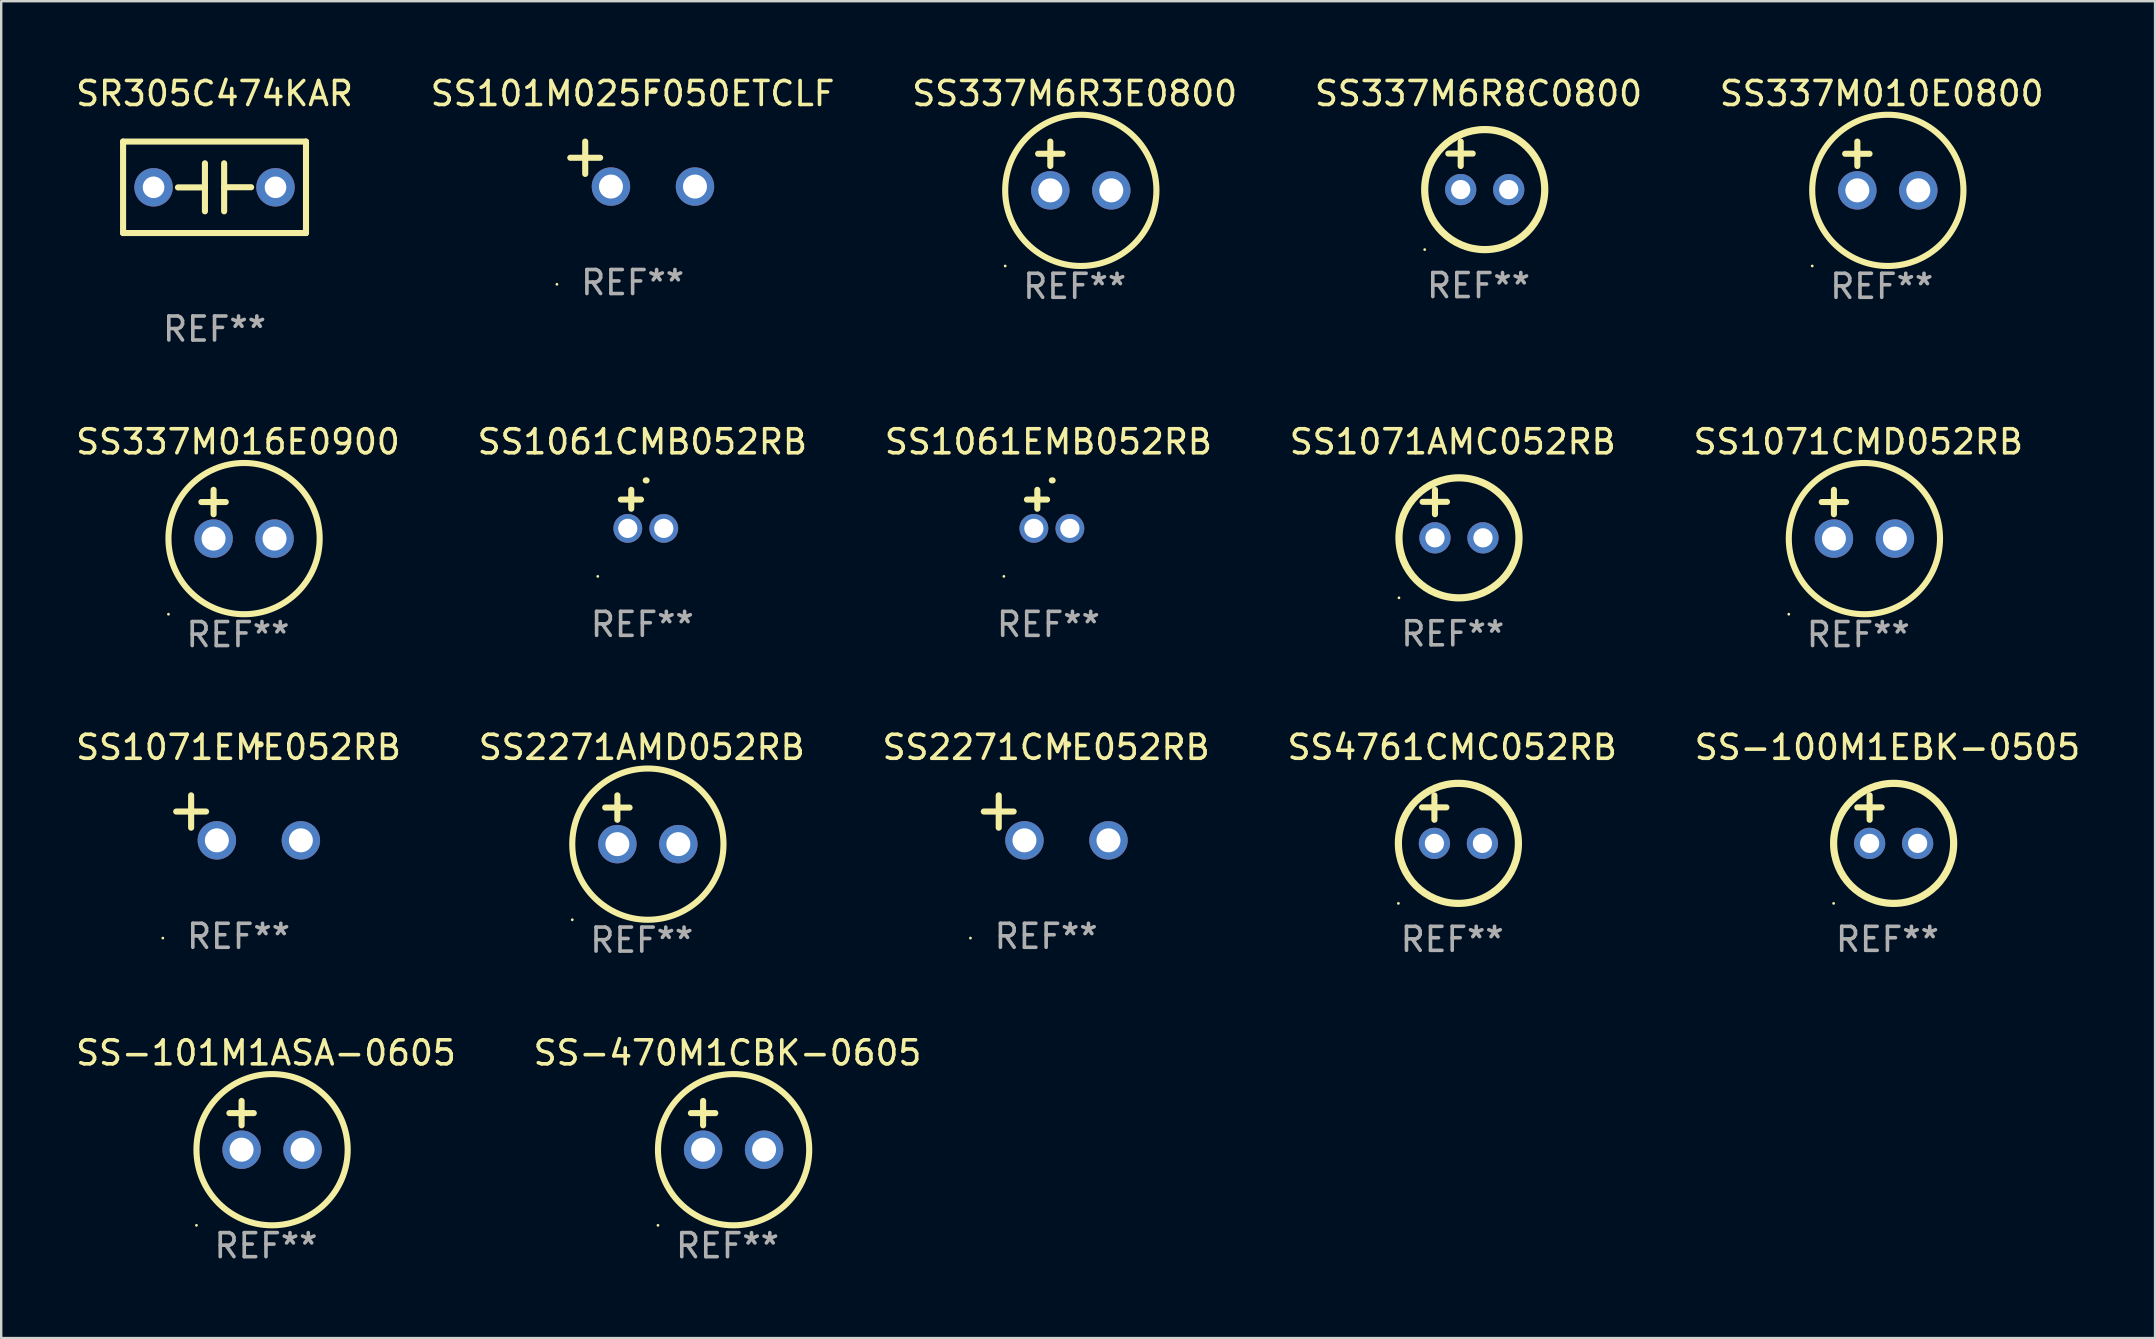
<source format=kicad_pcb>
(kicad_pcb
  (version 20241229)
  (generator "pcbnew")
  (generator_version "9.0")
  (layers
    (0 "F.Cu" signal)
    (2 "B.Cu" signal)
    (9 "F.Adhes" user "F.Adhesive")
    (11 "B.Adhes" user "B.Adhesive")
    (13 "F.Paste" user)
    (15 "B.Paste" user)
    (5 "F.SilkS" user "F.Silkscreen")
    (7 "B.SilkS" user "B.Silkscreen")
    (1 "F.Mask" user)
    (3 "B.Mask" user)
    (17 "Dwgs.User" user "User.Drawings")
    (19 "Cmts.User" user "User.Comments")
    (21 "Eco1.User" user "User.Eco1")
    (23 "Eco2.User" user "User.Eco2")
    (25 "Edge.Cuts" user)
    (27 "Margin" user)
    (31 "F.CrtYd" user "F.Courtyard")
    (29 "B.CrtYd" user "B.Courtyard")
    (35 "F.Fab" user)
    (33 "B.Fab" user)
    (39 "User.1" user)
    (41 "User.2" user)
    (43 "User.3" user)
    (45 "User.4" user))
  (footprint "SR305C474KAR"
    (layer "F.Cu")
    (at 5.887 4.753)
    (property "Reference" "SR305C474KAR" (at 0 -3.905 0) (layer "F.SilkS") (effects (font (size 1 1) (thickness 0.15))))
    (attr through_hole)
    (fp_line (start -3.81 -1.905) (end 3.81 -1.905) (stroke (width 0.254) (type solid)) (layer "F.SilkS"))
    (fp_line (start -3.81 1.905) (end -3.81 -1.905) (stroke (width 0.254) (type solid)) (layer "F.SilkS"))
    (fp_line (start -0.4 -1) (end -0.4 1) (stroke (width 0.254) (type solid)) (layer "F.SilkS"))
    (fp_line (start -0.4 0.004) (end -1.524 0.004) (stroke (width 0.254) (type solid)) (layer "F.SilkS"))
    (fp_line (start 0.4 -0.004) (end 1.524 -0.004) (stroke (width 0.254) (type solid)) (layer "F.SilkS"))
    (fp_line (start 0.4 1) (end 0.4 -1) (stroke (width 0.254) (type solid)) (layer "F.SilkS"))
    (fp_line (start 3.81 -1.905) (end 3.81 1.905) (stroke (width 0.254) (type solid)) (layer "F.SilkS"))
    (fp_line (start 3.81 1.905) (end -3.81 1.905) (stroke (width 0.254) (type solid)) (layer "F.SilkS"))
    (fp_circle (center -3.8 1.9) (end -3.77 1.9) (stroke (width 0.06) (type solid)) (fill no) (layer "F.SilkS"))
    (fp_text user "REF**" (at 0 5.905 0) (layer "F.Fab") (effects (font (size 1 1) (thickness 0.15))))
    (pad "1" thru_hole circle (at -2.54 0) (size 1.6 1.6) (drill 0.9) (layers "*.Cu" "*.Mask"))
    (pad "2" thru_hole circle (at 2.54 0) (size 1.6 1.6) (drill 0.9) (layers "*.Cu" "*.Mask")))
  (footprint "SS337M010E0800"
    (layer "F.Cu")
    (at 75.339 3.864)
    (property "Reference" "SS337M010E0800" (at 0 -3.016 0) (layer "F.SilkS") (effects (font (size 1 1) (thickness 0.15))))
    (attr through_hole)
    (fp_line (start -1.524 -0.508) (end -0.508 -0.508) (stroke (width 0.254) (type solid)) (layer "F.SilkS"))
    (fp_line (start -1.016 -1.016) (end -1.016 0) (stroke (width 0.254) (type solid)) (layer "F.SilkS"))
    (fp_circle (center -2.896 4.166) (end -2.866 4.166) (stroke (width 0.06) (type solid)) (fill no) (layer "F.SilkS"))
    (fp_circle (center 0.254 1.016) (end 3.404 1.016) (stroke (width 0.254) (type solid)) (fill no) (layer "F.SilkS"))
    (fp_text user "REF**" (at 0 5.016 0) (layer "F.Fab") (effects (font (size 1 1) (thickness 0.15))))
    (pad "1" thru_hole circle (at -1.016 1.016) (size 1.6 1.6) (drill 1) (layers "*.Cu" "*.Mask"))
    (pad "2" thru_hole circle (at 1.524 1.016) (size 1.6 1.6) (drill 1) (layers "*.Cu" "*.Mask")))
  (footprint "SS1061CMB052RB"
    (layer "F.Cu")
    (at 23.708 18.158)
    (property "Reference" "SS1061CMB052RB" (at 0 -2.803 0) (layer "F.SilkS") (effects (font (size 1 1) (thickness 0.15))))
    (attr through_hole)
    (fp_line (start -0.462 -0.016) (end -0.462 -0.803) (stroke (width 0.254) (type solid)) (layer "F.SilkS"))
    (fp_line (start -0.056 -0.397) (end -0.894 -0.397) (stroke (width 0.254) (type solid)) (layer "F.SilkS"))
    (fp_arc (start 0.142799 -1.195784) (mid 0.159309 -1.195852) (end 0.175819 -1.195784) (stroke (width 0.254001) (type solid)) (layer "F.SilkS"))
    (fp_circle (center -1.856 2.803) (end -1.826 2.803) (stroke (width 0.06) (type solid)) (fill no) (layer "F.SilkS"))
    (fp_text user "REF**" (at 0 4.803 0) (layer "F.Fab") (effects (font (size 1 1) (thickness 0.15))))
    (pad "1" thru_hole circle (at -0.606 0.803) (size 1.2 1.2) (drill 0.8) (layers "*.Cu" "*.Mask"))
    (pad "2" thru_hole circle (at 0.894 0.803) (size 1.2 1.2) (drill 0.8) (layers "*.Cu" "*.Mask")))
  (footprint "SS2271AMD052RB"
    (layer "F.Cu")
    (at 23.685 31.099)
    (property "Reference" "SS2271AMD052RB" (at 0 -3.016 0) (layer "F.SilkS") (effects (font (size 1 1) (thickness 0.15))))
    (attr through_hole)
    (fp_line (start -1.524 -0.508) (end -0.508 -0.508) (stroke (width 0.254) (type solid)) (layer "F.SilkS"))
    (fp_line (start -1.016 -1.016) (end -1.016 0) (stroke (width 0.254) (type solid)) (layer "F.SilkS"))
    (fp_circle (center -2.896 4.166) (end -2.866 4.166) (stroke (width 0.06) (type solid)) (fill no) (layer "F.SilkS"))
    (fp_circle (center 0.254 1.016) (end 3.404 1.016) (stroke (width 0.254) (type solid)) (fill no) (layer "F.SilkS"))
    (fp_text user "REF**" (at 0 5.016 0) (layer "F.Fab") (effects (font (size 1 1) (thickness 0.15))))
    (pad "1" thru_hole circle (at -1.016 1.016) (size 1.6 1.6) (drill 1) (layers "*.Cu" "*.Mask"))
    (pad "2" thru_hole circle (at 1.524 1.016) (size 1.6 1.6) (drill 1) (layers "*.Cu" "*.Mask")))
  (footprint "SS1071EME052RB"
    (layer "F.Cu")
    (at 6.887 31.02)
    (property "Reference" "SS1071EME052RB" (at 0 -2.937 0) (layer "F.SilkS") (effects (font (size 1 1) (thickness 0.15))))
    (attr through_hole)
    (fp_line (start -1.975 0.41) (end -1.975 -0.937) (stroke (width 0.254) (type solid)) (layer "F.SilkS"))
    (fp_line (start -1.353 -0.263) (end -2.597 -0.263) (stroke (width 0.254) (type solid)) (layer "F.SilkS"))
    (fp_arc (start 0.849809 -3.063957) (mid 0.885369 -3.064114) (end 0.920929 -3.063957) (stroke (width 0.254001) (type solid)) (layer "F.SilkS"))
    (fp_circle (center -3.154 5.008) (end -3.124 5.008) (stroke (width 0.06) (type solid)) (fill no) (layer "F.SilkS"))
    (fp_text user "REF**" (at 0 4.937 0) (layer "F.Fab") (effects (font (size 1 1) (thickness 0.15))))
    (pad "1" thru_hole circle (at -0.903 0.937) (size 1.6 1.6) (drill 1) (layers "*.Cu" "*.Mask"))
    (pad "2" thru_hole circle (at 2.597 0.937) (size 1.6 1.6) (drill 1) (layers "*.Cu" "*.Mask")))
  (footprint "SS-470M1CBK-0605"
    (layer "F.Cu")
    (at 27.256 43.828)
    (property "Reference" "SS-470M1CBK-0605" (at 0 -3.016 0) (layer "F.SilkS") (effects (font (size 1 1) (thickness 0.15))))
    (attr through_hole)
    (fp_line (start -1.524 -0.508) (end -0.508 -0.508) (stroke (width 0.254) (type solid)) (layer "F.SilkS"))
    (fp_line (start -1.016 -1.016) (end -1.016 0) (stroke (width 0.254) (type solid)) (layer "F.SilkS"))
    (fp_circle (center -2.896 4.166) (end -2.866 4.166) (stroke (width 0.06) (type solid)) (fill no) (layer "F.SilkS"))
    (fp_circle (center 0.254 1.016) (end 3.404 1.016) (stroke (width 0.254) (type solid)) (fill no) (layer "F.SilkS"))
    (fp_text user "REF**" (at 0 5.016 0) (layer "F.Fab") (effects (font (size 1 1) (thickness 0.15))))
    (pad "1" thru_hole circle (at -1.016 1.016) (size 1.6 1.6) (drill 1) (layers "*.Cu" "*.Mask"))
    (pad "2" thru_hole circle (at 1.524 1.016) (size 1.6 1.6) (drill 1) (layers "*.Cu" "*.Mask")))
  (footprint "SS1061EMB052RB"
    (layer "F.Cu")
    (at 40.625 18.158)
    (property "Reference" "SS1061EMB052RB" (at 0 -2.803 0) (layer "F.SilkS") (effects (font (size 1 1) (thickness 0.15))))
    (attr through_hole)
    (fp_line (start -0.462 -0.016) (end -0.462 -0.803) (stroke (width 0.254) (type solid)) (layer "F.SilkS"))
    (fp_line (start -0.056 -0.397) (end -0.894 -0.397) (stroke (width 0.254) (type solid)) (layer "F.SilkS"))
    (fp_arc (start 0.142799 -1.195784) (mid 0.159309 -1.195852) (end 0.175819 -1.195784) (stroke (width 0.254001) (type solid)) (layer "F.SilkS"))
    (fp_circle (center -1.856 2.803) (end -1.826 2.803) (stroke (width 0.06) (type solid)) (fill no) (layer "F.SilkS"))
    (fp_text user "REF**" (at 0 4.803 0) (layer "F.Fab") (effects (font (size 1 1) (thickness 0.15))))
    (pad "1" thru_hole circle (at -0.606 0.803) (size 1.2 1.2) (drill 0.8) (layers "*.Cu" "*.Mask"))
    (pad "2" thru_hole circle (at 0.894 0.803) (size 1.2 1.2) (drill 0.8) (layers "*.Cu" "*.Mask")))
  (footprint "SS1071AMC052RB"
    (layer "F.Cu")
    (at 57.47 18.355)
    (property "Reference" "SS1071AMC052RB" (at 0 -3 0) (layer "F.SilkS") (effects (font (size 1 1) (thickness 0.15))))
    (attr through_hole)
    (fp_line (start -1.258 -0.5) (end -0.242 -0.5) (stroke (width 0.254) (type solid)) (layer "F.SilkS"))
    (fp_line (start -0.742 -1) (end -0.742 0.016) (stroke (width 0.254) (type solid)) (layer "F.SilkS"))
    (fp_circle (center -2.242 3.5) (end -2.212 3.5) (stroke (width 0.06) (type solid)) (fill no) (layer "F.SilkS"))
    (fp_circle (center 0.258 1) (end 2.758 1) (stroke (width 0.3) (type solid)) (fill no) (layer "F.SilkS"))
    (fp_text user "REF**" (at 0 5 0) (layer "F.Fab") (effects (font (size 1 1) (thickness 0.15))))
    (pad "1" thru_hole circle (at -0.742 1) (size 1.3 1.3) (drill 0.8) (layers "*.Cu" "*.Mask"))
    (pad "2" thru_hole circle (at 1.258 1) (size 1.3 1.3) (drill 0.8) (layers "*.Cu" "*.Mask")))
  (footprint "SS337M6R8C0800"
    (layer "F.Cu")
    (at 58.542 3.848)
    (property "Reference" "SS337M6R8C0800" (at 0 -3 0) (layer "F.SilkS") (effects (font (size 1 1) (thickness 0.15))))
    (attr through_hole)
    (fp_line (start -1.258 -0.5) (end -0.242 -0.5) (stroke (width 0.254) (type solid)) (layer "F.SilkS"))
    (fp_line (start -0.742 -1) (end -0.742 0.016) (stroke (width 0.254) (type solid)) (layer "F.SilkS"))
    (fp_circle (center -2.242 3.5) (end -2.212 3.5) (stroke (width 0.06) (type solid)) (fill no) (layer "F.SilkS"))
    (fp_circle (center 0.258 1) (end 2.758 1) (stroke (width 0.3) (type solid)) (fill no) (layer "F.SilkS"))
    (fp_text user "REF**" (at 0 5 0) (layer "F.Fab") (effects (font (size 1 1) (thickness 0.15))))
    (pad "1" thru_hole circle (at -0.742 1) (size 1.3 1.3) (drill 0.8) (layers "*.Cu" "*.Mask"))
    (pad "2" thru_hole circle (at 1.258 1) (size 1.3 1.3) (drill 0.8) (layers "*.Cu" "*.Mask")))
  (footprint "SS337M6R3E0800"
    (layer "F.Cu")
    (at 41.72 3.864)
    (property "Reference" "SS337M6R3E0800" (at 0 -3.016 0) (layer "F.SilkS") (effects (font (size 1 1) (thickness 0.15))))
    (attr through_hole)
    (fp_line (start -1.524 -0.508) (end -0.508 -0.508) (stroke (width 0.254) (type solid)) (layer "F.SilkS"))
    (fp_line (start -1.016 -1.016) (end -1.016 0) (stroke (width 0.254) (type solid)) (layer "F.SilkS"))
    (fp_circle (center -2.896 4.166) (end -2.866 4.166) (stroke (width 0.06) (type solid)) (fill no) (layer "F.SilkS"))
    (fp_circle (center 0.254 1.016) (end 3.404 1.016) (stroke (width 0.254) (type solid)) (fill no) (layer "F.SilkS"))
    (fp_text user "REF**" (at 0 5.016 0) (layer "F.Fab") (effects (font (size 1 1) (thickness 0.15))))
    (pad "1" thru_hole circle (at -1.016 1.016) (size 1.6 1.6) (drill 1) (layers "*.Cu" "*.Mask"))
    (pad "2" thru_hole circle (at 1.524 1.016) (size 1.6 1.6) (drill 1) (layers "*.Cu" "*.Mask")))
  (footprint "SS1071CMD052RB"
    (layer "F.Cu")
    (at 74.363 18.371)
    (property "Reference" "SS1071CMD052RB" (at 0 -3.016 0) (layer "F.SilkS") (effects (font (size 1 1) (thickness 0.15))))
    (attr through_hole)
    (fp_line (start -1.524 -0.508) (end -0.508 -0.508) (stroke (width 0.254) (type solid)) (layer "F.SilkS"))
    (fp_line (start -1.016 -1.016) (end -1.016 0) (stroke (width 0.254) (type solid)) (layer "F.SilkS"))
    (fp_circle (center -2.896 4.166) (end -2.866 4.166) (stroke (width 0.06) (type solid)) (fill no) (layer "F.SilkS"))
    (fp_circle (center 0.254 1.016) (end 3.404 1.016) (stroke (width 0.254) (type solid)) (fill no) (layer "F.SilkS"))
    (fp_text user "REF**" (at 0 5.016 0) (layer "F.Fab") (effects (font (size 1 1) (thickness 0.15))))
    (pad "1" thru_hole circle (at -1.016 1.016) (size 1.6 1.6) (drill 1) (layers "*.Cu" "*.Mask"))
    (pad "2" thru_hole circle (at 1.524 1.016) (size 1.6 1.6) (drill 1) (layers "*.Cu" "*.Mask")))
  (footprint "SS-100M1EBK-0505"
    (layer "F.Cu")
    (at 75.577 31.083)
    (property "Reference" "SS-100M1EBK-0505" (at 0 -3 0) (layer "F.SilkS") (effects (font (size 1 1) (thickness 0.15))))
    (attr through_hole)
    (fp_line (start -1.258 -0.5) (end -0.242 -0.5) (stroke (width 0.254) (type solid)) (layer "F.SilkS"))
    (fp_line (start -0.742 -1) (end -0.742 0.016) (stroke (width 0.254) (type solid)) (layer "F.SilkS"))
    (fp_circle (center -2.242 3.5) (end -2.212 3.5) (stroke (width 0.06) (type solid)) (fill no) (layer "F.SilkS"))
    (fp_circle (center 0.258 1) (end 2.758 1) (stroke (width 0.3) (type solid)) (fill no) (layer "F.SilkS"))
    (fp_text user "REF**" (at 0 5 0) (layer "F.Fab") (effects (font (size 1 1) (thickness 0.15))))
    (pad "1" thru_hole circle (at -0.742 1) (size 1.3 1.3) (drill 0.8) (layers "*.Cu" "*.Mask"))
    (pad "2" thru_hole circle (at 1.258 1) (size 1.3 1.3) (drill 0.8) (layers "*.Cu" "*.Mask")))
  (footprint "SS2271CME052RB"
    (layer "F.Cu")
    (at 40.53 31.02)
    (property "Reference" "SS2271CME052RB" (at 0 -2.937 0) (layer "F.SilkS") (effects (font (size 1 1) (thickness 0.15))))
    (attr through_hole)
    (fp_line (start -1.975 0.41) (end -1.975 -0.937) (stroke (width 0.254) (type solid)) (layer "F.SilkS"))
    (fp_line (start -1.353 -0.263) (end -2.597 -0.263) (stroke (width 0.254) (type solid)) (layer "F.SilkS"))
    (fp_arc (start 0.849809 -3.063957) (mid 0.885369 -3.064114) (end 0.920929 -3.063957) (stroke (width 0.254001) (type solid)) (layer "F.SilkS"))
    (fp_circle (center -3.154 5.008) (end -3.124 5.008) (stroke (width 0.06) (type solid)) (fill no) (layer "F.SilkS"))
    (fp_text user "REF**" (at 0 4.937 0) (layer "F.Fab") (effects (font (size 1 1) (thickness 0.15))))
    (pad "1" thru_hole circle (at -0.903 0.937) (size 1.6 1.6) (drill 1) (layers "*.Cu" "*.Mask"))
    (pad "2" thru_hole circle (at 2.597 0.937) (size 1.6 1.6) (drill 1) (layers "*.Cu" "*.Mask")))
  (footprint "SS101M025F050ETCLF"
    (layer "F.Cu")
    (at 23.304 3.785)
    (property "Reference" "SS101M025F050ETCLF" (at 0 -2.937 0) (layer "F.SilkS") (effects (font (size 1 1) (thickness 0.15))))
    (attr through_hole)
    (fp_line (start -1.975 0.41) (end -1.975 -0.937) (stroke (width 0.254) (type solid)) (layer "F.SilkS"))
    (fp_line (start -1.353 -0.263) (end -2.597 -0.263) (stroke (width 0.254) (type solid)) (layer "F.SilkS"))
    (fp_arc (start 0.849809 -3.063957) (mid 0.885369 -3.064114) (end 0.920929 -3.063957) (stroke (width 0.254001) (type solid)) (layer "F.SilkS"))
    (fp_circle (center -3.154 5.008) (end -3.124 5.008) (stroke (width 0.06) (type solid)) (fill no) (layer "F.SilkS"))
    (fp_text user "REF**" (at 0 4.937 0) (layer "F.Fab") (effects (font (size 1 1) (thickness 0.15))))
    (pad "1" thru_hole circle (at -0.903 0.937) (size 1.6 1.6) (drill 1) (layers "*.Cu" "*.Mask"))
    (pad "2" thru_hole circle (at 2.597 0.937) (size 1.6 1.6) (drill 1) (layers "*.Cu" "*.Mask")))
  (footprint "SS4761CMC052RB"
    (layer "F.Cu")
    (at 57.446 31.083)
    (property "Reference" "SS4761CMC052RB" (at 0 -3 0) (layer "F.SilkS") (effects (font (size 1 1) (thickness 0.15))))
    (attr through_hole)
    (fp_line (start -1.258 -0.5) (end -0.242 -0.5) (stroke (width 0.254) (type solid)) (layer "F.SilkS"))
    (fp_line (start -0.742 -1) (end -0.742 0.016) (stroke (width 0.254) (type solid)) (layer "F.SilkS"))
    (fp_circle (center -2.242 3.5) (end -2.212 3.5) (stroke (width 0.06) (type solid)) (fill no) (layer "F.SilkS"))
    (fp_circle (center 0.258 1) (end 2.758 1) (stroke (width 0.3) (type solid)) (fill no) (layer "F.SilkS"))
    (fp_text user "REF**" (at 0 5 0) (layer "F.Fab") (effects (font (size 1 1) (thickness 0.15))))
    (pad "1" thru_hole circle (at -0.742 1) (size 1.3 1.3) (drill 0.8) (layers "*.Cu" "*.Mask"))
    (pad "2" thru_hole circle (at 1.258 1) (size 1.3 1.3) (drill 0.8) (layers "*.Cu" "*.Mask")))
  (footprint "SS-101M1ASA-0605"
    (layer "F.Cu")
    (at 8.03 43.828)
    (property "Reference" "SS-101M1ASA-0605" (at 0 -3.016 0) (layer "F.SilkS") (effects (font (size 1 1) (thickness 0.15))))
    (attr through_hole)
    (fp_line (start -1.524 -0.508) (end -0.508 -0.508) (stroke (width 0.254) (type solid)) (layer "F.SilkS"))
    (fp_line (start -1.016 -1.016) (end -1.016 0) (stroke (width 0.254) (type solid)) (layer "F.SilkS"))
    (fp_circle (center -2.896 4.166) (end -2.866 4.166) (stroke (width 0.06) (type solid)) (fill no) (layer "F.SilkS"))
    (fp_circle (center 0.254 1.016) (end 3.404 1.016) (stroke (width 0.254) (type solid)) (fill no) (layer "F.SilkS"))
    (fp_text user "REF**" (at 0 5.016 0) (layer "F.Fab") (effects (font (size 1 1) (thickness 0.15))))
    (pad "1" thru_hole circle (at -1.016 1.016) (size 1.6 1.6) (drill 1) (layers "*.Cu" "*.Mask"))
    (pad "2" thru_hole circle (at 1.524 1.016) (size 1.6 1.6) (drill 1) (layers "*.Cu" "*.Mask")))
  (footprint "SS337M016E0900"
    (layer "F.Cu")
    (at 6.863 18.371)
    (property "Reference" "SS337M016E0900" (at 0 -3.016 0) (layer "F.SilkS") (effects (font (size 1 1) (thickness 0.15))))
    (attr through_hole)
    (fp_line (start -1.524 -0.508) (end -0.508 -0.508) (stroke (width 0.254) (type solid)) (layer "F.SilkS"))
    (fp_line (start -1.016 -1.016) (end -1.016 0) (stroke (width 0.254) (type solid)) (layer "F.SilkS"))
    (fp_circle (center -2.896 4.166) (end -2.866 4.166) (stroke (width 0.06) (type solid)) (fill no) (layer "F.SilkS"))
    (fp_circle (center 0.254 1.016) (end 3.404 1.016) (stroke (width 0.254) (type solid)) (fill no) (layer "F.SilkS"))
    (fp_text user "REF**" (at 0 5.016 0) (layer "F.Fab") (effects (font (size 1 1) (thickness 0.15))))
    (pad "1" thru_hole circle (at -1.016 1.016) (size 1.6 1.6) (drill 1) (layers "*.Cu" "*.Mask"))
    (pad "2" thru_hole circle (at 1.524 1.016) (size 1.6 1.6) (drill 1) (layers "*.Cu" "*.Mask")))
  (gr_rect
    (start -3 -3)
    (end 86.726 52.692)
    (stroke (width 0.1) (type default))
    (fill no)
    (layer "Edge.Cuts")))
</source>
